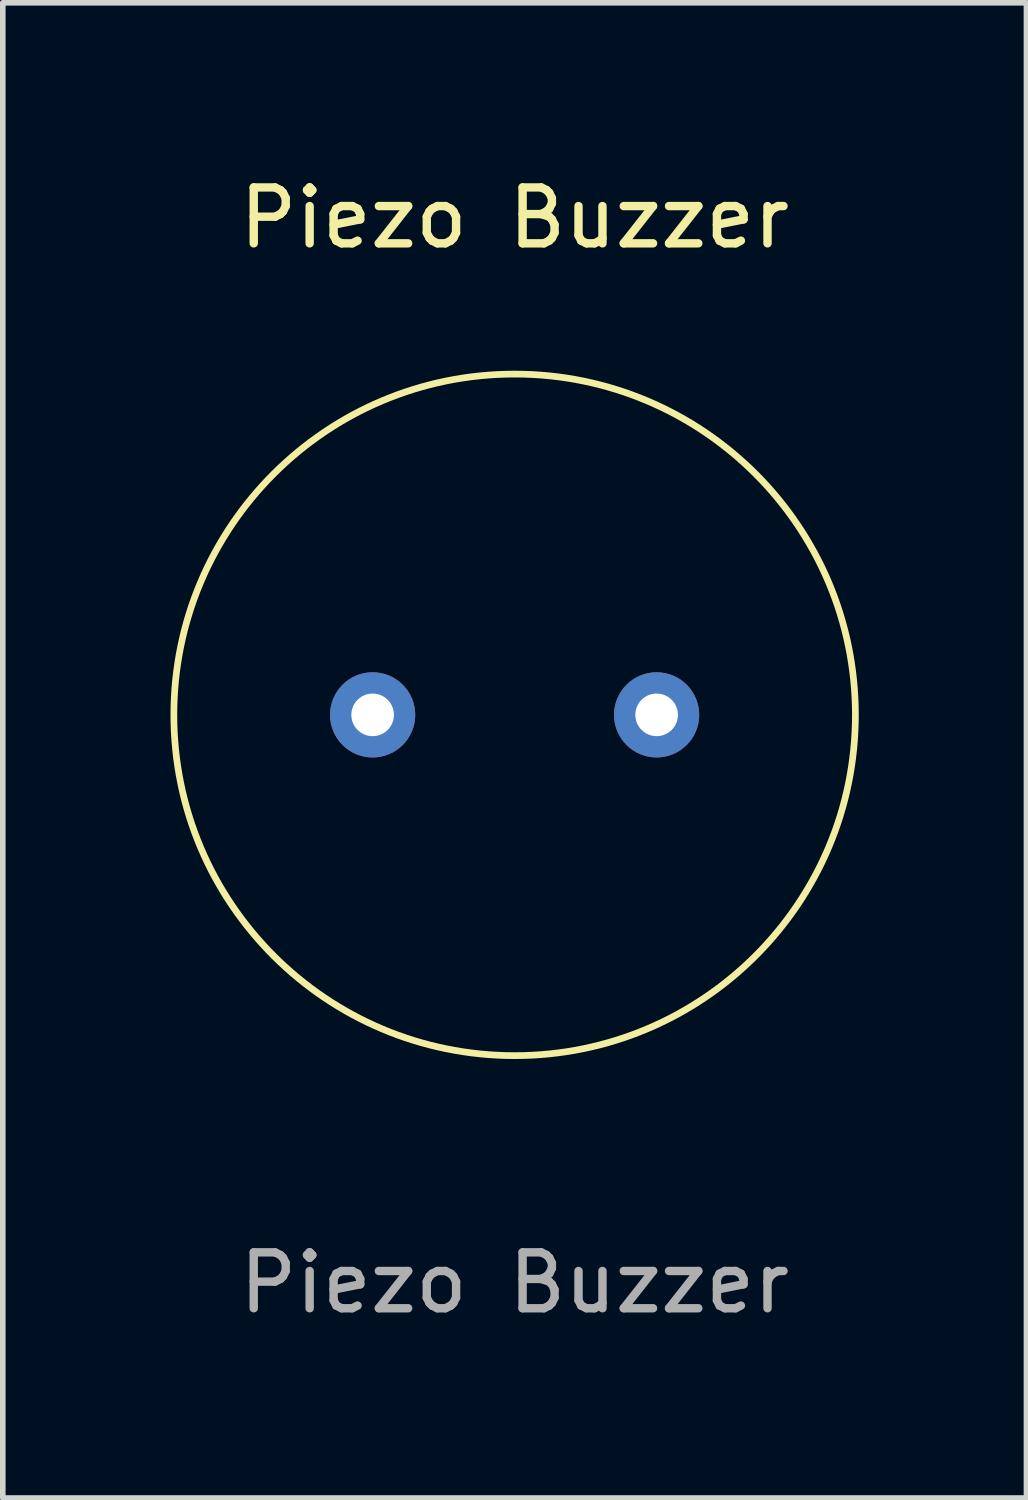
<source format=kicad_pcb>
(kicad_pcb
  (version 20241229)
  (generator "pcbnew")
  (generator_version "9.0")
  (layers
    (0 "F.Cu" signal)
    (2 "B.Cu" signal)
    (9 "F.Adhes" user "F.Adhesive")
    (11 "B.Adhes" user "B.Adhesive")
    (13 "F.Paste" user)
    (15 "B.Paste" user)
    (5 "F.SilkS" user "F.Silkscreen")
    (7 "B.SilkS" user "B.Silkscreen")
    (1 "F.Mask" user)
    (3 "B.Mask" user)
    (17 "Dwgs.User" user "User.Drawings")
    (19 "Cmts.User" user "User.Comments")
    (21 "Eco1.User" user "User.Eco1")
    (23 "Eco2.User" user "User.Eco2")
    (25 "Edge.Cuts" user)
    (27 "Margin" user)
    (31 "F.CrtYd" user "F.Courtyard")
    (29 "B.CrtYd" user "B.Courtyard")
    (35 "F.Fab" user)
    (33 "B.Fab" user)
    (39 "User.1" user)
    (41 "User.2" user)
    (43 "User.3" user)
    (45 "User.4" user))
  (footprint "Piezo Buzzer"
    (layer "F.Cu")
    (at 6.156 9.738)
    (property "Reference" "Piezo Buzzer" (at 0 -8.89 0) (unlocked yes) (layer "F.SilkS") (effects (font (size 1 1) (thickness 0.15))))
    (attr through_hole)
    (fp_circle (center 0 0) (end 6.096 0) (stroke (width 0.12) (type solid)) (fill no) (layer "F.SilkS"))
    (fp_text user "${REFERENCE}" (at 0 10.16 0) (unlocked yes) (layer "F.Fab") (effects (font (size 1 1) (thickness 0.15))))
    (pad "1" thru_hole circle (at -2.54 0) (size 1.524 1.524) (drill 0.762) (layers "*.Cu" "*.Mask"))
    (pad "2" thru_hole circle (at 2.54 0) (size 1.524 1.524) (drill 0.762) (layers "*.Cu" "*.Mask")))
  (gr_rect
    (start -3 -3)
    (end 15.312 23.747)
    (stroke (width 0.1) (type default))
    (fill no)
    (layer "Edge.Cuts")))
</source>
